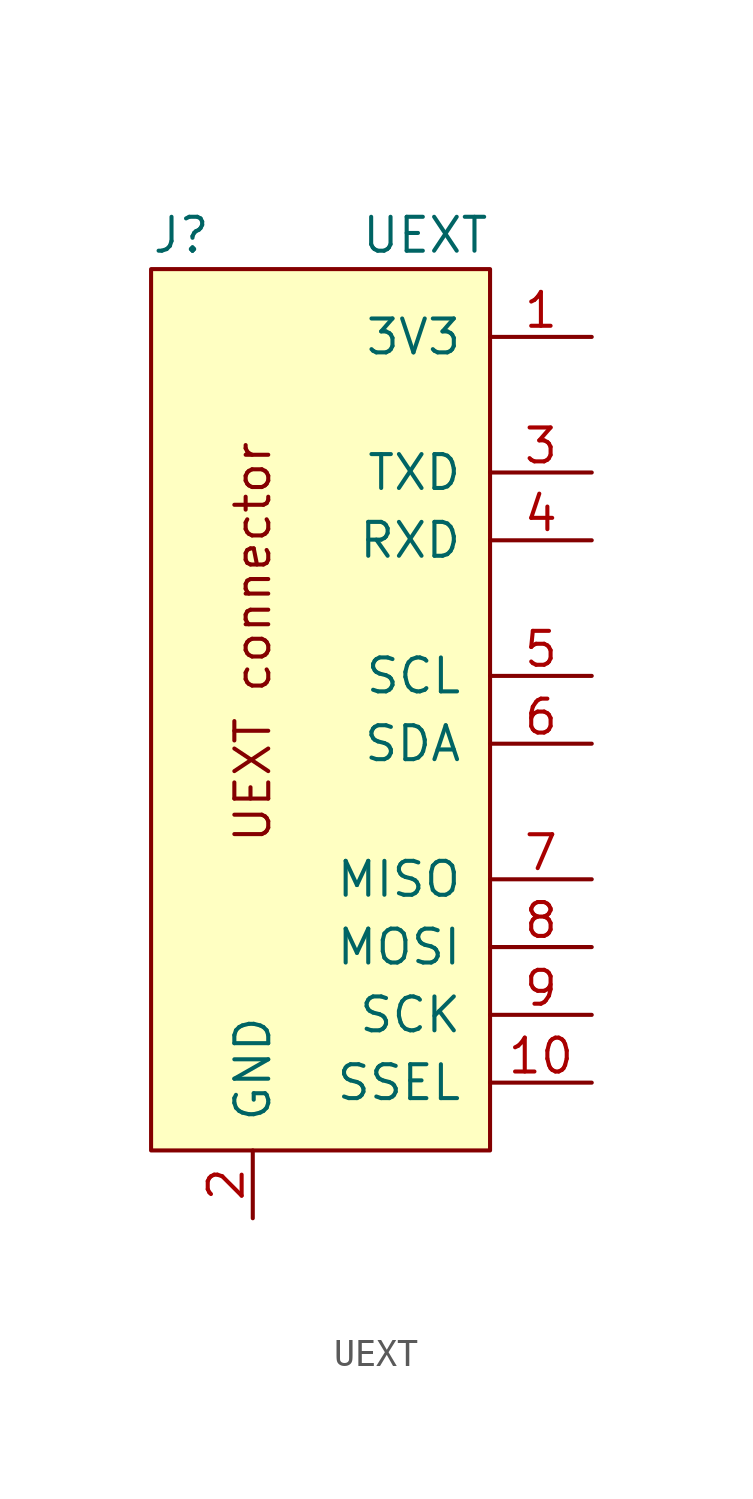
<source format=kicad_sym>
(kicad_symbol_lib
  (version 20220914)
  (generator kicad_symbol_editor)
  (symbol "UEXT"
    (pin_names
      (offset 1.016))
    (property "Reference" "J"
      (at -6.35 19.05 0)
      (effects (font (size 1.27 1.27)) (justify left)))
    (property "Value" "UEXT"
      (at 6.35 19.05 0)
      (effects (font (size 1.27 1.27)) (justify right)))
    (property "Datasheet" ""
      (at 0 -2.54 0)
      (effects (font (size 1.524 1.524))))
    (symbol "UEXT_0_0"
      (text "UEXT connector" (at -2.54 3.81 900) (effects (font (size 1.27 1.27))))
      (pin passive line (at 10.16 7.62 180) (length 3.81) (name "RXD" (effects (font (size 1.27 1.27)))) (number "4" (effects (font (size 1.27 1.27))))))
    (symbol "UEXT_0_1"
      (rectangle (start -6.35 17.78) (end 6.35 -15.24) (stroke (width 0) (type default)) (fill (type background))))
    (symbol "UEXT_1_1"
      (pin passive line (at 10.16 15.24 180) (length 3.81) (name "3V3" (effects (font (size 1.27 1.27)))) (number "1" (effects (font (size 1.27 1.27)))))
      (pin passive line (at 10.16 -12.7 180) (length 3.81) (name "SSEL" (effects (font (size 1.27 1.27)))) (number "10" (effects (font (size 1.27 1.27)))))
      (pin passive line (at -2.54 -17.78 90) (length 2.54) (name "GND" (effects (font (size 1.27 1.27)))) (number "2" (effects (font (size 1.27 1.27)))))
      (pin passive line (at 10.16 10.16 180) (length 3.81) (name "TXD" (effects (font (size 1.27 1.27)))) (number "3" (effects (font (size 1.27 1.27)))))
      (pin passive line (at 10.16 2.54 180) (length 3.81) (name "SCL" (effects (font (size 1.27 1.27)))) (number "5" (effects (font (size 1.27 1.27)))))
      (pin passive line (at 10.16 0 180) (length 3.81) (name "SDA" (effects (font (size 1.27 1.27)))) (number "6" (effects (font (size 1.27 1.27)))))
      (pin passive line (at 10.16 -5.08 180) (length 3.81) (name "MISO" (effects (font (size 1.27 1.27)))) (number "7" (effects (font (size 1.27 1.27)))))
      (pin passive line (at 10.16 -7.62 180) (length 3.81) (name "MOSI" (effects (font (size 1.27 1.27)))) (number "8" (effects (font (size 1.27 1.27)))))
      (pin passive line (at 10.16 -10.16 180) (length 3.81) (name "SCK" (effects (font (size 1.27 1.27)))) (number "9" (effects (font (size 1.27 1.27))))))))
</source>
